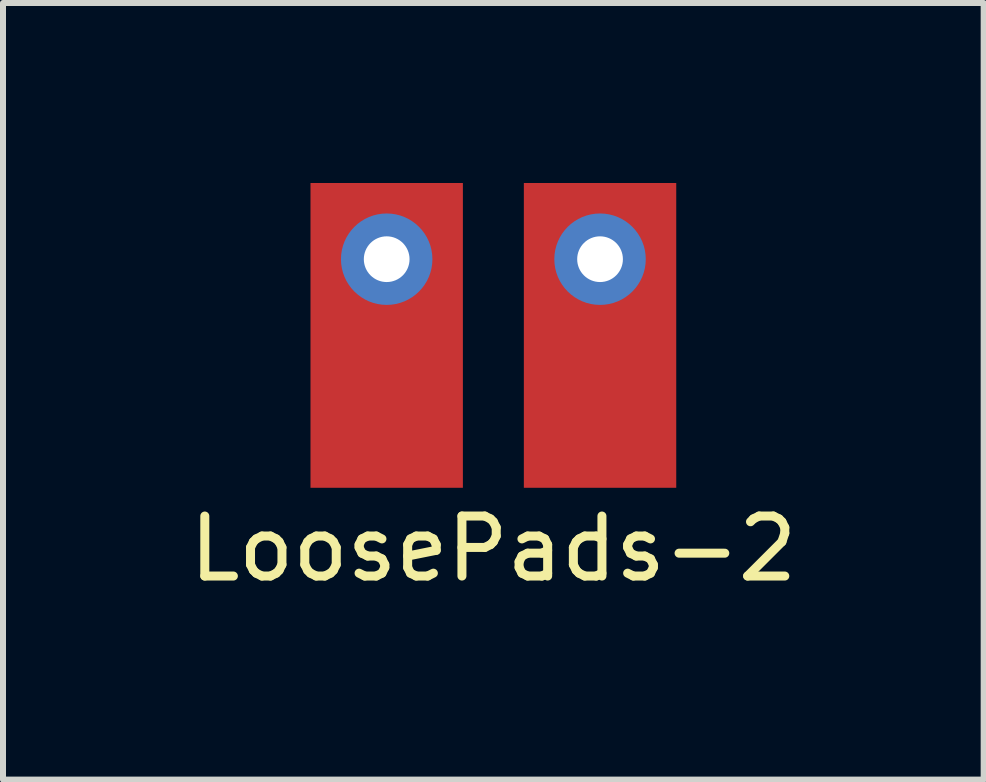
<source format=kicad_pcb>
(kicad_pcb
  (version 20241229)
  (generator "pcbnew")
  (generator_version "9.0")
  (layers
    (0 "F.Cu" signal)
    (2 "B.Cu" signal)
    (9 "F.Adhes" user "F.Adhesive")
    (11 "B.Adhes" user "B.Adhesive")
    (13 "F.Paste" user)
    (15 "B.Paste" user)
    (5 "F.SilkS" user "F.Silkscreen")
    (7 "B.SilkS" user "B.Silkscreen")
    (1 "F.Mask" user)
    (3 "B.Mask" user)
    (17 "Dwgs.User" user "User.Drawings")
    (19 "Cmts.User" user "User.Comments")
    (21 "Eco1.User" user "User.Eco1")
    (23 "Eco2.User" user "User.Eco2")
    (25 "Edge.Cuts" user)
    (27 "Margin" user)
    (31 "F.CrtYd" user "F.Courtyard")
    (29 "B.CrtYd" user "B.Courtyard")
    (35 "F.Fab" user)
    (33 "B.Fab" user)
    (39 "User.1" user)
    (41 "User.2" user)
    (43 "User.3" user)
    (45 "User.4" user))
  (footprint "LoosePads-2"
    (layer "F.Cu")
    (at 5.173 2.54)
    (property "Reference" "LoosePads-2" (at 0 3.556 0) (layer "F.SilkS") (effects (font (size 1 1) (thickness 0.15))))
    (attr through_hole)
    (pad "1" thru_hole circle (at 1.778 -1.27) (size 1.524 1.524) (drill 0.762) (layers "*.Cu" "*.Mask"))
    (pad "1" smd rect (at 1.778 0 90) (size 5.08 2.54) (layers "F.Cu" "F.Mask" "F.Paste"))
    (pad "2" thru_hole circle (at -1.778 -1.27) (size 1.524 1.524) (drill 0.762) (layers "*.Cu" "*.Mask"))
    (pad "2" smd rect (at -1.778 0 90) (size 5.08 2.54) (layers "F.Cu" "F.Mask" "F.Paste")))
  (gr_rect
    (start -3 -3)
    (end 13.345 9.944)
    (stroke (width 0.1) (type default))
    (fill no)
    (layer "Edge.Cuts")))
</source>
